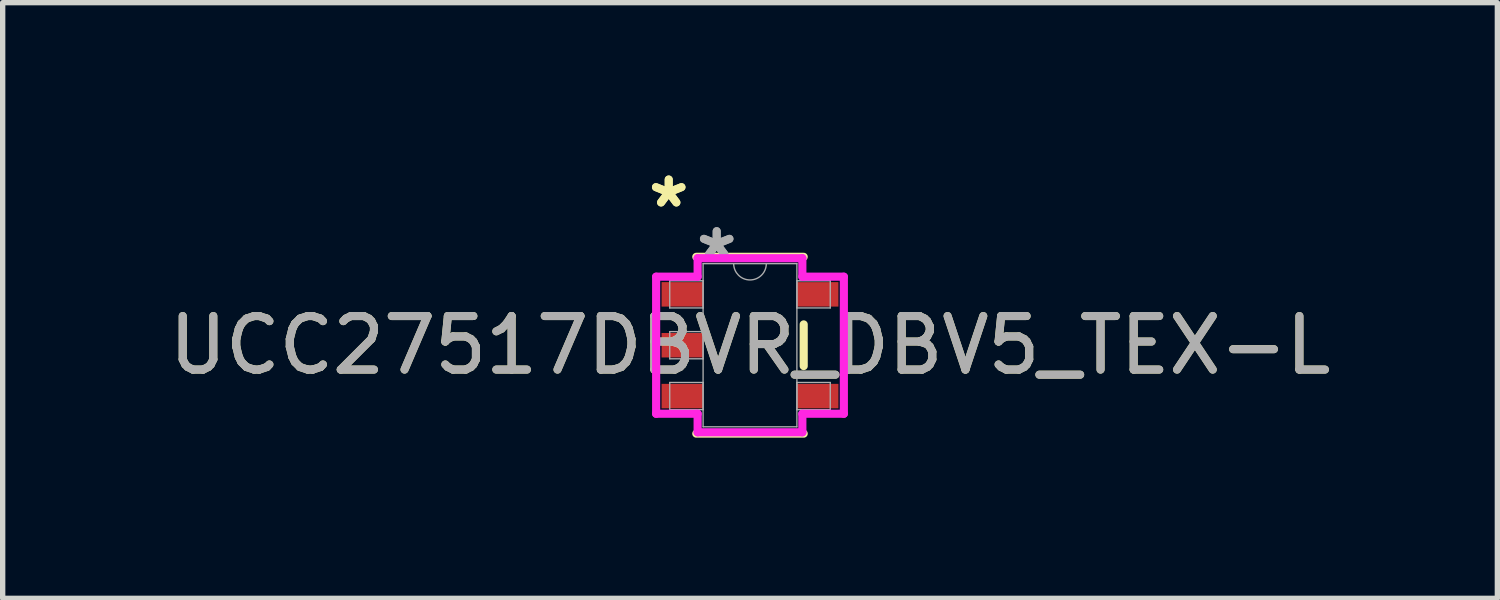
<source format=kicad_pcb>
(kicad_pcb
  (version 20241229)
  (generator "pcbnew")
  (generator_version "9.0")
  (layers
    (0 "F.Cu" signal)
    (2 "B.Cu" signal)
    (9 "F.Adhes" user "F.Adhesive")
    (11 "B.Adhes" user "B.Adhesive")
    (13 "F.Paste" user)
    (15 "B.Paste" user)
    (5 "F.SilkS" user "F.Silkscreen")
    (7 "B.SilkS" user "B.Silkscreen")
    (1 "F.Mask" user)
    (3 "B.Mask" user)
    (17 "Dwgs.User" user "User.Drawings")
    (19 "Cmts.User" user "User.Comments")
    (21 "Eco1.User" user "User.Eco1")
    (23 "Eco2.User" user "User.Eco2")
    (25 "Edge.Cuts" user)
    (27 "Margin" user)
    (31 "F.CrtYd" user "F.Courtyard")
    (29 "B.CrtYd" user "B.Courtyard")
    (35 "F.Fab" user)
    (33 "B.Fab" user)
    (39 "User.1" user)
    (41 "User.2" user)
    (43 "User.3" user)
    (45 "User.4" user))
  (footprint "UCC27517DBVR_DBV5_TEX-L"
    (layer "F.Cu")
    (at 10.958 3.398)
    (property "Reference" "UCC27517DBVR_DBV5_TEX-L" (at 0 0 0) (unlocked yes) (layer "F.SilkS") (effects (font (size 1 1) (thickness 0.15))))
    (attr smd)
    (fp_line (start -1.003 1.651) (end 1.003 1.651) (stroke (width 0.152) (type solid)) (layer "F.SilkS"))
    (fp_line (start 1.003 -1.651) (end -1.003 -1.651) (stroke (width 0.152) (type solid)) (layer "F.SilkS"))
    (fp_line (start 1.003 0.389) (end 1.003 -0.389) (stroke (width 0.152) (type solid)) (layer "F.SilkS"))
    (fp_line (start -1.753 -1.28) (end -0.978 -1.28) (stroke (width 0.152) (type solid)) (layer "F.CrtYd"))
    (fp_line (start -1.753 1.28) (end -1.753 -1.28) (stroke (width 0.152) (type solid)) (layer "F.CrtYd"))
    (fp_line (start -0.978 -1.626) (end 0.978 -1.626) (stroke (width 0.152) (type solid)) (layer "F.CrtYd"))
    (fp_line (start -0.978 -1.28) (end -0.978 -1.626) (stroke (width 0.152) (type solid)) (layer "F.CrtYd"))
    (fp_line (start -0.978 1.28) (end -1.753 1.28) (stroke (width 0.152) (type solid)) (layer "F.CrtYd"))
    (fp_line (start -0.978 1.626) (end -0.978 1.28) (stroke (width 0.152) (type solid)) (layer "F.CrtYd"))
    (fp_line (start 0.978 -1.626) (end 0.978 -1.28) (stroke (width 0.152) (type solid)) (layer "F.CrtYd"))
    (fp_line (start 0.978 -1.28) (end 1.753 -1.28) (stroke (width 0.152) (type solid)) (layer "F.CrtYd"))
    (fp_line (start 0.978 1.28) (end 0.978 1.626) (stroke (width 0.152) (type solid)) (layer "F.CrtYd"))
    (fp_line (start 0.978 1.626) (end -0.978 1.626) (stroke (width 0.152) (type solid)) (layer "F.CrtYd"))
    (fp_line (start 1.753 -1.28) (end 1.753 1.28) (stroke (width 0.152) (type solid)) (layer "F.CrtYd"))
    (fp_line (start 1.753 1.28) (end 0.978 1.28) (stroke (width 0.152) (type solid)) (layer "F.CrtYd"))
    (fp_line (start -1.499 -1.204) (end -1.499 -0.696) (stroke (width 0.025) (type solid)) (layer "F.Fab"))
    (fp_line (start -1.499 -0.696) (end -0.876 -0.696) (stroke (width 0.025) (type solid)) (layer "F.Fab"))
    (fp_line (start -1.499 -0.254) (end -1.499 0.254) (stroke (width 0.025) (type solid)) (layer "F.Fab"))
    (fp_line (start -1.499 0.254) (end -0.876 0.254) (stroke (width 0.025) (type solid)) (layer "F.Fab"))
    (fp_line (start -1.499 0.696) (end -1.499 1.204) (stroke (width 0.025) (type solid)) (layer "F.Fab"))
    (fp_line (start -1.499 1.204) (end -0.876 1.204) (stroke (width 0.025) (type solid)) (layer "F.Fab"))
    (fp_line (start -0.876 -1.524) (end -0.876 1.524) (stroke (width 0.025) (type solid)) (layer "F.Fab"))
    (fp_line (start -0.876 -1.204) (end -1.499 -1.204) (stroke (width 0.025) (type solid)) (layer "F.Fab"))
    (fp_line (start -0.876 -0.696) (end -0.876 -1.204) (stroke (width 0.025) (type solid)) (layer "F.Fab"))
    (fp_line (start -0.876 -0.254) (end -1.499 -0.254) (stroke (width 0.025) (type solid)) (layer "F.Fab"))
    (fp_line (start -0.876 0.254) (end -0.876 -0.254) (stroke (width 0.025) (type solid)) (layer "F.Fab"))
    (fp_line (start -0.876 0.696) (end -1.499 0.696) (stroke (width 0.025) (type solid)) (layer "F.Fab"))
    (fp_line (start -0.876 1.204) (end -0.876 0.696) (stroke (width 0.025) (type solid)) (layer "F.Fab"))
    (fp_line (start -0.876 1.524) (end 0.876 1.524) (stroke (width 0.025) (type solid)) (layer "F.Fab"))
    (fp_line (start 0.876 -1.524) (end -0.876 -1.524) (stroke (width 0.025) (type solid)) (layer "F.Fab"))
    (fp_line (start 0.876 -1.204) (end 0.876 -0.696) (stroke (width 0.025) (type solid)) (layer "F.Fab"))
    (fp_line (start 0.876 -0.696) (end 1.499 -0.696) (stroke (width 0.025) (type solid)) (layer "F.Fab"))
    (fp_line (start 0.876 0.696) (end 0.876 1.204) (stroke (width 0.025) (type solid)) (layer "F.Fab"))
    (fp_line (start 0.876 1.204) (end 1.499 1.204) (stroke (width 0.025) (type solid)) (layer "F.Fab"))
    (fp_line (start 0.876 1.524) (end 0.876 -1.524) (stroke (width 0.025) (type solid)) (layer "F.Fab"))
    (fp_line (start 1.499 -1.204) (end 0.876 -1.204) (stroke (width 0.025) (type solid)) (layer "F.Fab"))
    (fp_line (start 1.499 -0.696) (end 1.499 -1.204) (stroke (width 0.025) (type solid)) (layer "F.Fab"))
    (fp_line (start 1.499 0.696) (end 0.876 0.696) (stroke (width 0.025) (type solid)) (layer "F.Fab"))
    (fp_line (start 1.499 1.204) (end 1.499 0.696) (stroke (width 0.025) (type solid)) (layer "F.Fab"))
    (fp_arc (start 0.3048 -1.524) (mid 0 -1.2192) (end -0.3048 -1.524) (stroke (width 0.0254) (type solid)) (layer "F.Fab"))
    (fp_text user "*" (at -1.518 -2.55 0) (unlocked yes) (layer "F.SilkS") (effects (font (size 1 1) (thickness 0.15))))
    (fp_text user "*" (at -1.518 -2.55 0) (layer "F.SilkS") (effects (font (size 1 1) (thickness 0.15))))
    (fp_text user "${REFERENCE}" (at 0 0 0) (unlocked yes) (layer "F.Fab") (effects (font (size 1 1) (thickness 0.15))))
    (fp_text user "*" (at -0.622 -1.585 0) (layer "F.Fab") (effects (font (size 1 1) (thickness 0.15))))
    (fp_text user "*" (at -0.622 -1.585 0) (unlocked yes) (layer "F.Fab") (effects (font (size 1 1) (thickness 0.15))))
    (pad "1" smd rect (at -1.264 -0.95) (size 0.775 0.457) (layers "F.Cu" "F.Mask" "F.Paste"))
    (pad "2" smd rect (at -1.264 0) (size 0.775 0.457) (layers "F.Cu" "F.Mask" "F.Paste"))
    (pad "3" smd rect (at -1.264 0.95) (size 0.775 0.457) (layers "F.Cu" "F.Mask" "F.Paste"))
    (pad "4" smd rect (at 1.264 0.95) (size 0.775 0.457) (layers "F.Cu" "F.Mask" "F.Paste"))
    (pad "5" smd rect (at 1.264 -0.95) (size 0.775 0.457) (layers "F.Cu" "F.Mask" "F.Paste")))
  (gr_rect
    (start -3 -3)
    (end 24.917 8.126)
    (stroke (width 0.1) (type default))
    (fill no)
    (layer "Edge.Cuts")))
</source>
